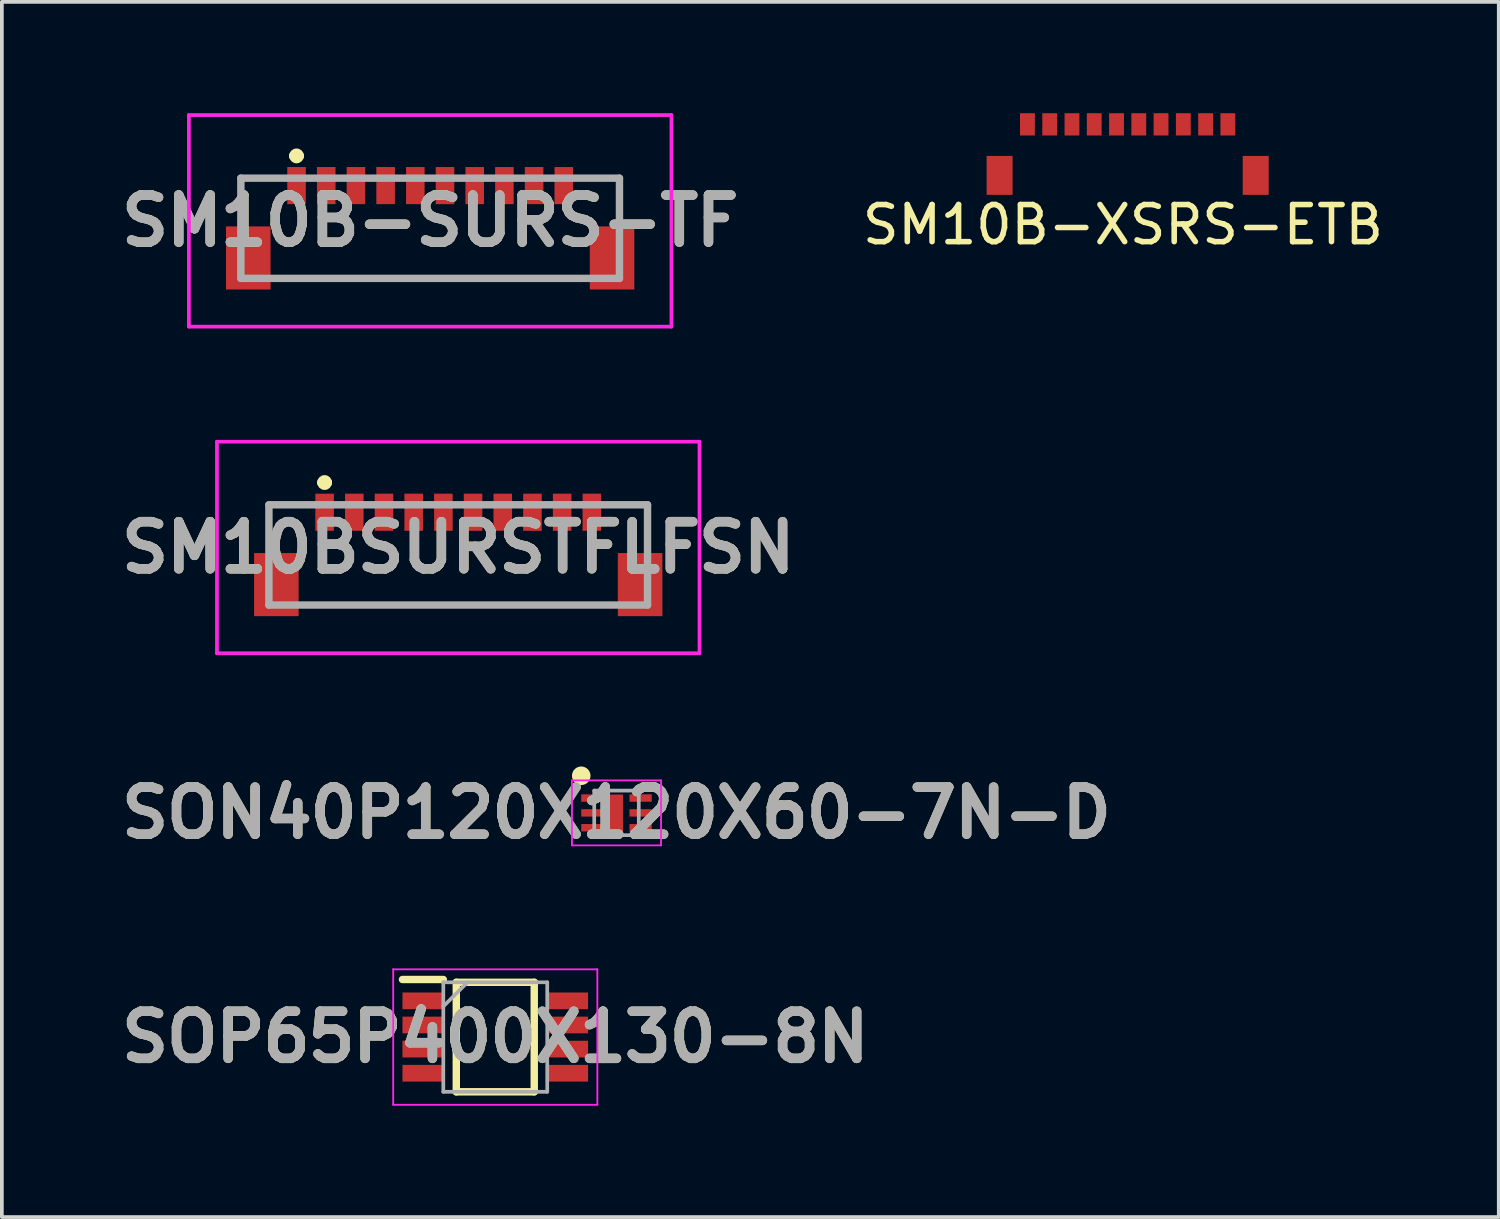
<source format=kicad_pcb>
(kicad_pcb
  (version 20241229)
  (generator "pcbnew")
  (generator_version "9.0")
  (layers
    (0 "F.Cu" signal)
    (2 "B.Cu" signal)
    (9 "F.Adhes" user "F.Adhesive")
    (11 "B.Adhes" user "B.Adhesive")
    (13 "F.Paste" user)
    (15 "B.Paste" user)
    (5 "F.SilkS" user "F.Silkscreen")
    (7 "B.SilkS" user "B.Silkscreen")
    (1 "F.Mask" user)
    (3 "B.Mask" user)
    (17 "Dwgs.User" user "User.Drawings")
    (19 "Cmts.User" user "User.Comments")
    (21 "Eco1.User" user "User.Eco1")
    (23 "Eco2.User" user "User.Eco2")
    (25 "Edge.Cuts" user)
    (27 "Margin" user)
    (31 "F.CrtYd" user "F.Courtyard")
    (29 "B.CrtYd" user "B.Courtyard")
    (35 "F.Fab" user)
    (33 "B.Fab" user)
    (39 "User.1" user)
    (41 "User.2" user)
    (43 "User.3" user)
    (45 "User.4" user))
  (footprint "SM10BSURSTFLFSN"
    (layer "F.Cu")
    (at 9.295 11.7)
    (property "Reference" "SM10BSURSTFLFSN" (at 0 0 0) (layer "F.SilkS") (effects (font (size 1.27 1.27) (thickness 0.254))))
    (attr smd)
    (fp_line (start -5.1 -1.15) (end -5.1 -0.15) (stroke (width 0.1) (type solid)) (layer "F.SilkS"))
    (fp_line (start -4 -1.15) (end -5.1 -1.15) (stroke (width 0.1) (type solid)) (layer "F.SilkS"))
    (fp_line (start -4 1.55) (end 4 1.55) (stroke (width 0.1) (type solid)) (layer "F.SilkS"))
    (fp_line (start -3.7 -1.75) (end -3.7 -1.75) (stroke (width 0.2) (type solid)) (layer "F.SilkS"))
    (fp_line (start -3.5 -1.75) (end -3.5 -1.75) (stroke (width 0.2) (type solid)) (layer "F.SilkS"))
    (fp_line (start 4 -1.15) (end 5.1 -1.15) (stroke (width 0.1) (type solid)) (layer "F.SilkS"))
    (fp_line (start 5.1 -1.15) (end 5.1 -0.15) (stroke (width 0.1) (type solid)) (layer "F.SilkS"))
    (fp_arc (start -3.7 -1.75) (mid -3.6 -1.85) (end -3.5 -1.75) (stroke (width 0.2) (type solid)) (layer "F.SilkS"))
    (fp_arc (start -3.5 -1.75) (mid -3.6 -1.65) (end -3.7 -1.75) (stroke (width 0.2) (type solid)) (layer "F.SilkS"))
    (fp_line (start -6.5 -2.85) (end 6.5 -2.85) (stroke (width 0.1) (type solid)) (layer "F.CrtYd"))
    (fp_line (start -6.5 2.85) (end -6.5 -2.85) (stroke (width 0.1) (type solid)) (layer "F.CrtYd"))
    (fp_line (start 6.5 -2.85) (end 6.5 2.85) (stroke (width 0.1) (type solid)) (layer "F.CrtYd"))
    (fp_line (start 6.5 2.85) (end -6.5 2.85) (stroke (width 0.1) (type solid)) (layer "F.CrtYd"))
    (fp_line (start -5.1 -1.15) (end 5.1 -1.15) (stroke (width 0.2) (type solid)) (layer "F.Fab"))
    (fp_line (start -5.1 1.55) (end -5.1 -1.15) (stroke (width 0.2) (type solid)) (layer "F.Fab"))
    (fp_line (start 5.1 -1.15) (end 5.1 1.55) (stroke (width 0.2) (type solid)) (layer "F.Fab"))
    (fp_line (start 5.1 1.55) (end -5.1 1.55) (stroke (width 0.2) (type solid)) (layer "F.Fab"))
    (fp_text user "${REFERENCE}" (at 0 0 0) (layer "F.Fab") (effects (font (size 1.27 1.27) (thickness 0.254))))
    (pad "1" smd rect (at -3.6 -0.95) (size 0.5 1) (layers "F.Cu" "F.Mask" "F.Paste"))
    (pad "2" smd rect (at -2.8 -0.95) (size 0.5 1) (layers "F.Cu" "F.Mask" "F.Paste"))
    (pad "3" smd rect (at -2 -0.95) (size 0.5 1) (layers "F.Cu" "F.Mask" "F.Paste"))
    (pad "4" smd rect (at -1.2 -0.95) (size 0.5 1) (layers "F.Cu" "F.Mask" "F.Paste"))
    (pad "5" smd rect (at -0.4 -0.95) (size 0.5 1) (layers "F.Cu" "F.Mask" "F.Paste"))
    (pad "6" smd rect (at 0.4 -0.95) (size 0.5 1) (layers "F.Cu" "F.Mask" "F.Paste"))
    (pad "7" smd rect (at 1.2 -0.95) (size 0.5 1) (layers "F.Cu" "F.Mask" "F.Paste"))
    (pad "8" smd rect (at 2 -0.95) (size 0.5 1) (layers "F.Cu" "F.Mask" "F.Paste"))
    (pad "9" smd rect (at 2.8 -0.95) (size 0.5 1) (layers "F.Cu" "F.Mask" "F.Paste"))
    (pad "10" smd rect (at 3.6 -0.95) (size 0.5 1) (layers "F.Cu" "F.Mask" "F.Paste"))
    (pad "11" smd rect (at -4.9 1) (size 1.2 1.7) (layers "F.Cu" "F.Mask" "F.Paste"))
    (pad "12" smd rect (at 4.9 1) (size 1.2 1.7) (layers "F.Cu" "F.Mask" "F.Paste")))
  (footprint "SM10B-XSRS-ETB"
    (layer "F.Cu")
    (at 27.33 0.6)
    (property "Reference" "SM10B-XSRS-ETB" (at -0.127 2.405 0) (layer "F.SilkS") (effects (font (size 1 1) (thickness 0.15))))
    (attr smd)
    (pad "1" smd rect (at -2.7 -0.3) (size 0.4 0.6) (layers "F.Cu" "F.Mask" "F.Paste"))
    (pad "2" smd rect (at -2.1 -0.3) (size 0.4 0.6) (layers "F.Cu" "F.Mask" "F.Paste"))
    (pad "3" smd rect (at -1.5 -0.3) (size 0.4 0.6) (layers "F.Cu" "F.Mask" "F.Paste"))
    (pad "4" smd rect (at -0.9 -0.3) (size 0.4 0.6) (layers "F.Cu" "F.Mask" "F.Paste"))
    (pad "5" smd rect (at -0.3 -0.3) (size 0.4 0.6) (layers "F.Cu" "F.Mask" "F.Paste"))
    (pad "6" smd rect (at 0.3 -0.3) (size 0.4 0.6) (layers "F.Cu" "F.Mask" "F.Paste"))
    (pad "7" smd rect (at 0.9 -0.3) (size 0.4 0.6) (layers "F.Cu" "F.Mask" "F.Paste"))
    (pad "8" smd rect (at 1.5 -0.3) (size 0.4 0.6) (layers "F.Cu" "F.Mask" "F.Paste"))
    (pad "9" smd rect (at 2.1 -0.3) (size 0.4 0.6) (layers "F.Cu" "F.Mask" "F.Paste"))
    (pad "10" smd rect (at 2.7 -0.3) (size 0.4 0.6) (layers "F.Cu" "F.Mask" "F.Paste"))
    (pad "11" smd rect (at 3.45 1.075) (size 0.7 1.05) (layers "F.Cu" "F.Mask" "F.Paste"))
    (pad "12" smd rect (at -3.45 1.075) (size 0.7 1.05) (layers "F.Cu" "F.Mask" "F.Paste")))
  (footprint "SM10B-SURS-TF"
    (layer "F.Cu")
    (at 8.539 2.9)
    (property "Reference" "SM10B-SURS-TF" (at 0 0 0) (layer "F.SilkS") (effects (font (size 1.27 1.27) (thickness 0.254))))
    (attr smd)
    (fp_line (start -5.1 -1.15) (end -5.1 -0.15) (stroke (width 0.1) (type solid)) (layer "F.SilkS"))
    (fp_line (start -4 -1.15) (end -5.1 -1.15) (stroke (width 0.1) (type solid)) (layer "F.SilkS"))
    (fp_line (start -4 1.55) (end 4 1.55) (stroke (width 0.1) (type solid)) (layer "F.SilkS"))
    (fp_line (start -3.7 -1.75) (end -3.7 -1.75) (stroke (width 0.2) (type solid)) (layer "F.SilkS"))
    (fp_line (start -3.5 -1.75) (end -3.5 -1.75) (stroke (width 0.2) (type solid)) (layer "F.SilkS"))
    (fp_line (start 4 -1.15) (end 5.1 -1.15) (stroke (width 0.1) (type solid)) (layer "F.SilkS"))
    (fp_line (start 5.1 -1.15) (end 5.1 -0.15) (stroke (width 0.1) (type solid)) (layer "F.SilkS"))
    (fp_arc (start -3.7 -1.75) (mid -3.6 -1.85) (end -3.5 -1.75) (stroke (width 0.2) (type solid)) (layer "F.SilkS"))
    (fp_arc (start -3.5 -1.75) (mid -3.6 -1.65) (end -3.7 -1.75) (stroke (width 0.2) (type solid)) (layer "F.SilkS"))
    (fp_line (start -6.5 -2.85) (end 6.5 -2.85) (stroke (width 0.1) (type solid)) (layer "F.CrtYd"))
    (fp_line (start -6.5 2.85) (end -6.5 -2.85) (stroke (width 0.1) (type solid)) (layer "F.CrtYd"))
    (fp_line (start 6.5 -2.85) (end 6.5 2.85) (stroke (width 0.1) (type solid)) (layer "F.CrtYd"))
    (fp_line (start 6.5 2.85) (end -6.5 2.85) (stroke (width 0.1) (type solid)) (layer "F.CrtYd"))
    (fp_line (start -5.1 -1.15) (end 5.1 -1.15) (stroke (width 0.2) (type solid)) (layer "F.Fab"))
    (fp_line (start -5.1 1.55) (end -5.1 -1.15) (stroke (width 0.2) (type solid)) (layer "F.Fab"))
    (fp_line (start 5.1 -1.15) (end 5.1 1.55) (stroke (width 0.2) (type solid)) (layer "F.Fab"))
    (fp_line (start 5.1 1.55) (end -5.1 1.55) (stroke (width 0.2) (type solid)) (layer "F.Fab"))
    (fp_text user "${REFERENCE}" (at 0 0 0) (layer "F.Fab") (effects (font (size 1.27 1.27) (thickness 0.254))))
    (pad "1" smd rect (at -3.6 -0.95) (size 0.5 1) (layers "F.Cu" "F.Mask" "F.Paste"))
    (pad "2" smd rect (at -2.8 -0.95) (size 0.5 1) (layers "F.Cu" "F.Mask" "F.Paste"))
    (pad "3" smd rect (at -2 -0.95) (size 0.5 1) (layers "F.Cu" "F.Mask" "F.Paste"))
    (pad "4" smd rect (at -1.2 -0.95) (size 0.5 1) (layers "F.Cu" "F.Mask" "F.Paste"))
    (pad "5" smd rect (at -0.4 -0.95) (size 0.5 1) (layers "F.Cu" "F.Mask" "F.Paste"))
    (pad "6" smd rect (at 0.4 -0.95) (size 0.5 1) (layers "F.Cu" "F.Mask" "F.Paste"))
    (pad "7" smd rect (at 1.2 -0.95) (size 0.5 1) (layers "F.Cu" "F.Mask" "F.Paste"))
    (pad "8" smd rect (at 2 -0.95) (size 0.5 1) (layers "F.Cu" "F.Mask" "F.Paste"))
    (pad "9" smd rect (at 2.8 -0.95) (size 0.5 1) (layers "F.Cu" "F.Mask" "F.Paste"))
    (pad "10" smd rect (at 3.6 -0.95) (size 0.5 1) (layers "F.Cu" "F.Mask" "F.Paste"))
    (pad "11" smd rect (at -4.9 1) (size 1.2 1.7) (layers "F.Cu" "F.Mask" "F.Paste"))
    (pad "12" smd rect (at 4.9 1) (size 1.2 1.7) (layers "F.Cu" "F.Mask" "F.Paste")))
  (footprint "SOP65P400X130-8N"
    (layer "F.Cu")
    (at 10.293 24.889)
    (property "Reference" "SOP65P400X130-8N" (at 0 0 0) (layer "F.SilkS") (effects (font (size 1.27 1.27) (thickness 0.254))))
    (attr smd)
    (fp_line (start -2.5 -1.55) (end -1.4 -1.55) (stroke (width 0.2) (type solid)) (layer "F.SilkS"))
    (fp_line (start -1.05 -1.475) (end 1.05 -1.475) (stroke (width 0.2) (type solid)) (layer "F.SilkS"))
    (fp_line (start -1.05 1.475) (end -1.05 -1.475) (stroke (width 0.2) (type solid)) (layer "F.SilkS"))
    (fp_line (start 1.05 -1.475) (end 1.05 1.475) (stroke (width 0.2) (type solid)) (layer "F.SilkS"))
    (fp_line (start 1.05 1.475) (end -1.05 1.475) (stroke (width 0.2) (type solid)) (layer "F.SilkS"))
    (fp_line (start -2.75 -1.825) (end 2.75 -1.825) (stroke (width 0.05) (type solid)) (layer "F.CrtYd"))
    (fp_line (start -2.75 1.825) (end -2.75 -1.825) (stroke (width 0.05) (type solid)) (layer "F.CrtYd"))
    (fp_line (start 2.75 -1.825) (end 2.75 1.825) (stroke (width 0.05) (type solid)) (layer "F.CrtYd"))
    (fp_line (start 2.75 1.825) (end -2.75 1.825) (stroke (width 0.05) (type solid)) (layer "F.CrtYd"))
    (fp_line (start -1.4 -1.475) (end 1.4 -1.475) (stroke (width 0.1) (type solid)) (layer "F.Fab"))
    (fp_line (start -1.4 -0.825) (end -0.75 -1.475) (stroke (width 0.1) (type solid)) (layer "F.Fab"))
    (fp_line (start -1.4 1.475) (end -1.4 -1.475) (stroke (width 0.1) (type solid)) (layer "F.Fab"))
    (fp_line (start 1.4 -1.475) (end 1.4 1.475) (stroke (width 0.1) (type solid)) (layer "F.Fab"))
    (fp_line (start 1.4 1.475) (end -1.4 1.475) (stroke (width 0.1) (type solid)) (layer "F.Fab"))
    (fp_text user "${REFERENCE}" (at 0 0 0) (layer "F.Fab") (effects (font (size 1.27 1.27) (thickness 0.254))))
    (pad "1" smd rect (at -1.95 -0.975 90) (size 0.45 1.1) (layers "F.Cu" "F.Mask" "F.Paste"))
    (pad "2" smd rect (at -1.95 -0.325 90) (size 0.45 1.1) (layers "F.Cu" "F.Mask" "F.Paste"))
    (pad "3" smd rect (at -1.95 0.325 90) (size 0.45 1.1) (layers "F.Cu" "F.Mask" "F.Paste"))
    (pad "4" smd rect (at -1.95 0.975 90) (size 0.45 1.1) (layers "F.Cu" "F.Mask" "F.Paste"))
    (pad "5" smd rect (at 1.95 0.975 90) (size 0.45 1.1) (layers "F.Cu" "F.Mask" "F.Paste"))
    (pad "6" smd rect (at 1.95 0.325 90) (size 0.45 1.1) (layers "F.Cu" "F.Mask" "F.Paste"))
    (pad "7" smd rect (at 1.95 -0.325 90) (size 0.45 1.1) (layers "F.Cu" "F.Mask" "F.Paste"))
    (pad "8" smd rect (at 1.95 -0.975 90) (size 0.45 1.1) (layers "F.Cu" "F.Mask" "F.Paste")))
  (footprint "SON40P120X120X60-7N-D"
    (layer "F.Cu")
    (at 13.559 18.85)
    (property "Reference" "SON40P120X120X60-7N-D" (at 0 0 0) (layer "F.SilkS") (effects (font (size 1.27 1.27) (thickness 0.254))))
    (attr smd)
    (fp_circle (center -0.95 -1) (end -0.95 -0.875) (stroke (width 0.25) (type solid)) (fill no) (layer "F.SilkS"))
    (fp_line (start -1.2 -0.875) (end 1.2 -0.875) (stroke (width 0.05) (type solid)) (layer "F.CrtYd"))
    (fp_line (start -1.2 0.875) (end -1.2 -0.875) (stroke (width 0.05) (type solid)) (layer "F.CrtYd"))
    (fp_line (start 1.2 -0.875) (end 1.2 0.875) (stroke (width 0.05) (type solid)) (layer "F.CrtYd"))
    (fp_line (start 1.2 0.875) (end -1.2 0.875) (stroke (width 0.05) (type solid)) (layer "F.CrtYd"))
    (fp_line (start -0.6 -0.6) (end 0.6 -0.6) (stroke (width 0.1) (type solid)) (layer "F.Fab"))
    (fp_line (start -0.6 -0.3) (end -0.3 -0.6) (stroke (width 0.1) (type solid)) (layer "F.Fab"))
    (fp_line (start -0.6 0.6) (end -0.6 -0.6) (stroke (width 0.1) (type solid)) (layer "F.Fab"))
    (fp_line (start 0.6 -0.6) (end 0.6 0.6) (stroke (width 0.1) (type solid)) (layer "F.Fab"))
    (fp_line (start 0.6 0.6) (end -0.6 0.6) (stroke (width 0.1) (type solid)) (layer "F.Fab"))
    (fp_text user "${REFERENCE}" (at 0 0 0) (layer "F.Fab") (effects (font (size 1.27 1.27) (thickness 0.254))))
    (pad "1" smd rect (at -0.65 -0.4 90) (size 0.2 0.6) (layers "F.Cu" "F.Mask" "F.Paste"))
    (pad "2" smd rect (at -0.65 0 90) (size 0.2 0.6) (layers "F.Cu" "F.Mask" "F.Paste"))
    (pad "3" smd rect (at -0.65 0.4 90) (size 0.2 0.6) (layers "F.Cu" "F.Mask" "F.Paste"))
    (pad "4" smd rect (at 0.65 0.4 90) (size 0.2 0.6) (layers "F.Cu" "F.Mask" "F.Paste"))
    (pad "5" smd rect (at 0.65 0 90) (size 0.2 0.6) (layers "F.Cu" "F.Mask" "F.Paste"))
    (pad "6" smd rect (at 0.65 -0.4 90) (size 0.2 0.6) (layers "F.Cu" "F.Mask" "F.Paste"))
    (pad "7" smd rect (at 0 0) (size 0.35 0.99) (layers "F.Cu" "F.Mask" "F.Paste")))
  (gr_rect
    (start -3 -3)
    (end 37.328 29.739)
    (stroke (width 0.1) (type default))
    (fill no)
    (layer "Edge.Cuts")))
</source>
